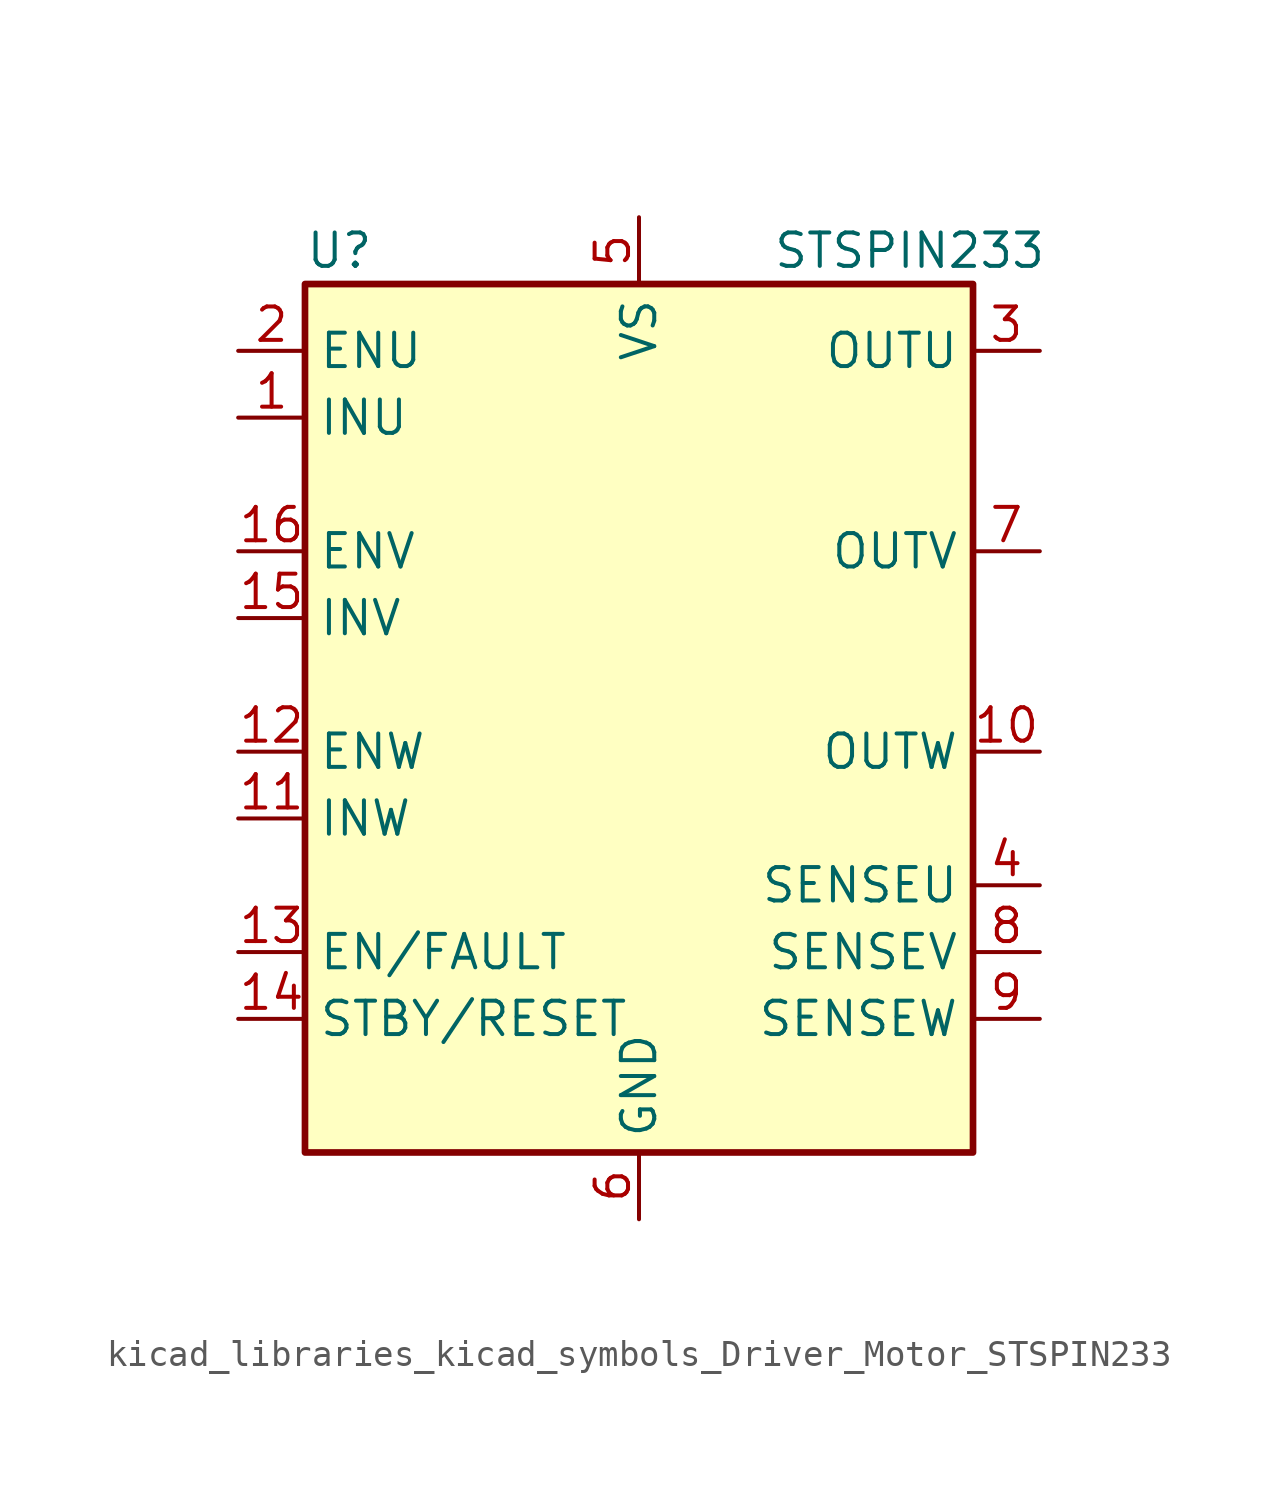
<source format=kicad_sym>
(kicad_symbol_lib
  (version 20220914)
  (generator kicad_symbol_editor)
  (symbol "kicad_libraries_kicad_symbols_Driver_Motor_STSPIN233"
    (property "Reference" "U"
      (at -12.7 16.51 0)
      (effects (font (size 1.27 1.27)) (justify left)))
    (property "Value" "STSPIN233"
      (at 5.08 16.51 0)
      (effects (font (size 1.27 1.27)) (justify left)))
    (symbol "kicad_libraries_kicad_symbols_Driver_Motor_STSPIN233_0_1"
      (rectangle (start -12.7 15.24) (end 12.7 -17.78) (stroke (width 0.254) (type default)) (fill (type background))))
    (symbol "kicad_libraries_kicad_symbols_Driver_Motor_STSPIN233_1_1"
      (pin input line (at -15.24 10.16 0) (length 2.54) (name "INU" (effects (font (size 1.27 1.27)))) (number "1" (effects (font (size 1.27 1.27)))))
      (pin power_out line (at 15.24 -2.54 180) (length 2.54) (name "OUTW" (effects (font (size 1.27 1.27)))) (number "10" (effects (font (size 1.27 1.27)))))
      (pin input line (at -15.24 -5.08 0) (length 2.54) (name "INW" (effects (font (size 1.27 1.27)))) (number "11" (effects (font (size 1.27 1.27)))))
      (pin input line (at -15.24 -2.54 0) (length 2.54) (name "ENW" (effects (font (size 1.27 1.27)))) (number "12" (effects (font (size 1.27 1.27)))))
      (pin bidirectional line (at -15.24 -10.16 0) (length 2.54) (name "EN/FAULT" (effects (font (size 1.27 1.27)))) (number "13" (effects (font (size 1.27 1.27)))))
      (pin input line (at -15.24 -12.7 0) (length 2.54) (name "STBY/RESET" (effects (font (size 1.27 1.27)))) (number "14" (effects (font (size 1.27 1.27)))))
      (pin input line (at -15.24 2.54 0) (length 2.54) (name "INV" (effects (font (size 1.27 1.27)))) (number "15" (effects (font (size 1.27 1.27)))))
      (pin input line (at -15.24 5.08 0) (length 2.54) (name "ENV" (effects (font (size 1.27 1.27)))) (number "16" (effects (font (size 1.27 1.27)))))
      (pin passive line (at 0 -20.32 90) (length 2.54) hide (name "GND" (effects (font (size 1.27 1.27)))) (number "17" (effects (font (size 1.27 1.27)))))
      (pin input line (at -15.24 12.7 0) (length 2.54) (name "ENU" (effects (font (size 1.27 1.27)))) (number "2" (effects (font (size 1.27 1.27)))))
      (pin power_out line (at 15.24 12.7 180) (length 2.54) (name "OUTU" (effects (font (size 1.27 1.27)))) (number "3" (effects (font (size 1.27 1.27)))))
      (pin input line (at 15.24 -7.62 180) (length 2.54) (name "SENSEU" (effects (font (size 1.27 1.27)))) (number "4" (effects (font (size 1.27 1.27)))))
      (pin power_in line (at 0 17.78 270) (length 2.54) (name "VS" (effects (font (size 1.27 1.27)))) (number "5" (effects (font (size 1.27 1.27)))))
      (pin power_in line (at 0 -20.32 90) (length 2.54) (name "GND" (effects (font (size 1.27 1.27)))) (number "6" (effects (font (size 1.27 1.27)))))
      (pin power_out line (at 15.24 5.08 180) (length 2.54) (name "OUTV" (effects (font (size 1.27 1.27)))) (number "7" (effects (font (size 1.27 1.27)))))
      (pin input line (at 15.24 -10.16 180) (length 2.54) (name "SENSEV" (effects (font (size 1.27 1.27)))) (number "8" (effects (font (size 1.27 1.27)))))
      (pin input line (at 15.24 -12.7 180) (length 2.54) (name "SENSEW" (effects (font (size 1.27 1.27)))) (number "9" (effects (font (size 1.27 1.27))))))))
</source>
